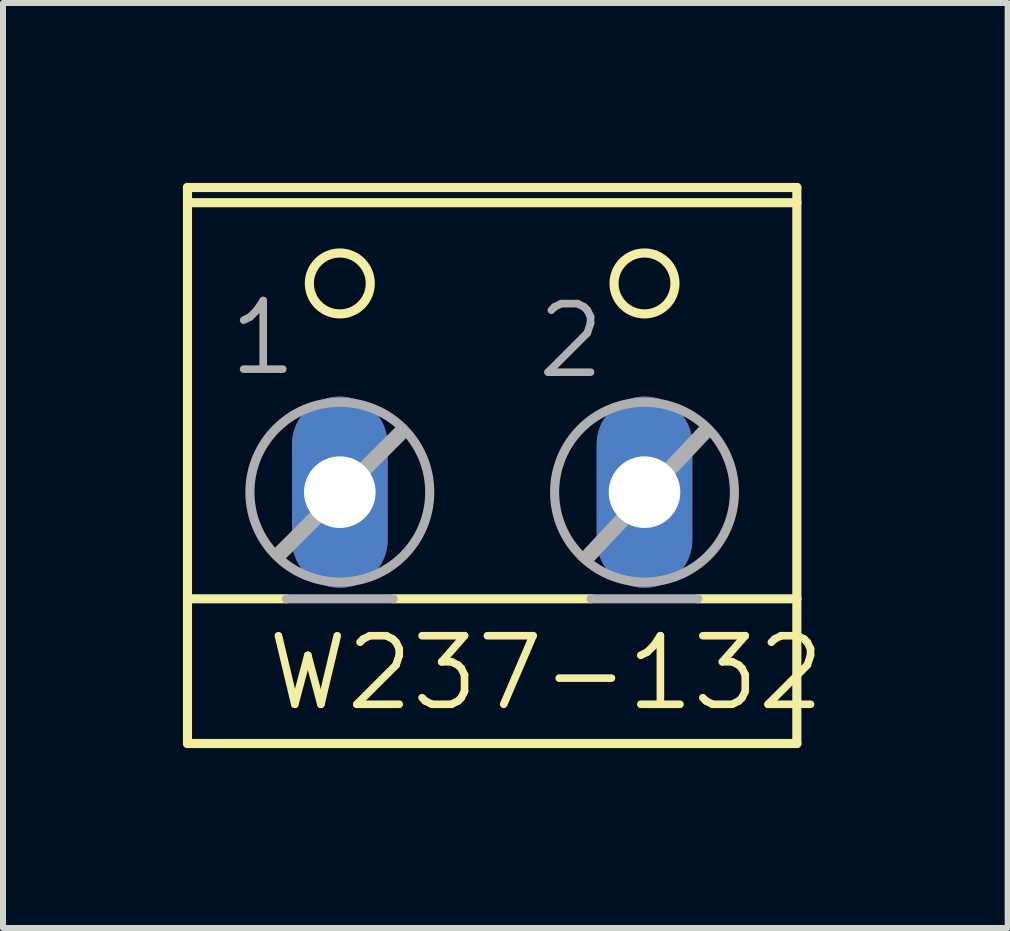
<source format=kicad_pcb>
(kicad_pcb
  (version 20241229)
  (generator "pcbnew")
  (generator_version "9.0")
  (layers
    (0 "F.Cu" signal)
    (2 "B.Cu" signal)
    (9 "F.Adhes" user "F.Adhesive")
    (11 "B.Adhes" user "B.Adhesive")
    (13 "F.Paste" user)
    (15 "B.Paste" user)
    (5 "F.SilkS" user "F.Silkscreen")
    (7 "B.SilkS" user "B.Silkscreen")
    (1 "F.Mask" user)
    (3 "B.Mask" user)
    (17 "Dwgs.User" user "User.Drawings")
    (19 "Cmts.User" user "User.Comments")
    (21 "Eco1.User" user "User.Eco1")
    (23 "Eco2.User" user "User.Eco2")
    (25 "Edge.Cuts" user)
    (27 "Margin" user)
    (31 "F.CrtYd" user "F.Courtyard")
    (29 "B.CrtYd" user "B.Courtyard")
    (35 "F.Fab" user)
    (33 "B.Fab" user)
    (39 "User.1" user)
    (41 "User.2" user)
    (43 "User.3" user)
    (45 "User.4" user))
  (footprint "W237-132"
    (layer "F.Cu")
    (at 5.156 4.521)
    (property "Reference" "W237-132" (at -3.81 4.318 0) (layer "F.SilkS") (effects (font (size 1.143 1.143) (thickness 0.127)) (justify left bottom)))
    (fp_line (start -5.08 -4.445) (end 5.08 -4.445) (stroke (width 0.152) (type solid)) (layer "F.SilkS"))
    (fp_line (start -5.08 -4.191) (end -5.08 -4.445) (stroke (width 0.152) (type solid)) (layer "F.SilkS"))
    (fp_line (start -5.08 -4.191) (end -5.08 2.413) (stroke (width 0.152) (type solid)) (layer "F.SilkS"))
    (fp_line (start -5.08 -4.191) (end 5.08 -4.191) (stroke (width 0.152) (type solid)) (layer "F.SilkS"))
    (fp_line (start -5.08 2.413) (end -5.08 4.826) (stroke (width 0.152) (type solid)) (layer "F.SilkS"))
    (fp_line (start -5.08 2.413) (end -3.429 2.413) (stroke (width 0.152) (type solid)) (layer "F.SilkS"))
    (fp_line (start -1.651 2.413) (end 1.651 2.413) (stroke (width 0.152) (type solid)) (layer "F.SilkS"))
    (fp_line (start 3.429 2.413) (end 5.08 2.413) (stroke (width 0.152) (type solid)) (layer "F.SilkS"))
    (fp_line (start 5.08 -4.191) (end 5.08 -4.445) (stroke (width 0.152) (type solid)) (layer "F.SilkS"))
    (fp_line (start 5.08 2.413) (end 5.08 -4.191) (stroke (width 0.152) (type solid)) (layer "F.SilkS"))
    (fp_line (start 5.08 4.826) (end -5.08 4.826) (stroke (width 0.152) (type solid)) (layer "F.SilkS"))
    (fp_line (start 5.08 4.826) (end 5.08 2.413) (stroke (width 0.152) (type solid)) (layer "F.SilkS"))
    (fp_circle (center -2.54 -2.845) (end -2.032 -2.845) (stroke (width 0.152) (type solid)) (fill no) (layer "F.SilkS"))
    (fp_circle (center 2.54 -2.845) (end 3.048 -2.845) (stroke (width 0.152) (type solid)) (fill no) (layer "F.SilkS"))
    (fp_line (start -3.531 1.651) (end -1.524 -0.356) (stroke (width 0.254) (type solid)) (layer "F.Fab"))
    (fp_line (start -3.429 2.413) (end -1.651 2.413) (stroke (width 0.152) (type solid)) (layer "F.Fab"))
    (fp_line (start 1.626 1.676) (end 3.531 -0.356) (stroke (width 0.254) (type solid)) (layer "F.Fab"))
    (fp_line (start 1.651 2.413) (end 3.429 2.413) (stroke (width 0.152) (type solid)) (layer "F.Fab"))
    (fp_circle (center -2.54 0.635) (end -1.041 0.635) (stroke (width 0.152) (type solid)) (fill no) (layer "F.Fab"))
    (fp_circle (center 2.54 0.635) (end 4.039 0.635) (stroke (width 0.152) (type solid)) (fill no) (layer "F.Fab"))
    (fp_text user "2" (at 0.686 -1.219 0) (layer "F.Fab") (effects (font (size 1.143 1.143) (thickness 0.127)) (justify left bottom)))
    (fp_text user "1" (at -4.445 -1.27 0) (layer "F.Fab") (effects (font (size 1.143 1.143) (thickness 0.127)) (justify left bottom)))
    (pad "1" thru_hole oval (at -2.54 0.635 90) (size 3.188 1.594) (drill 1.194) (layers "*.Cu" "*.Mask"))
    (pad "2" thru_hole oval (at 2.54 0.635 90) (size 3.188 1.594) (drill 1.194) (layers "*.Cu" "*.Mask")))
  (gr_rect
    (start -3 -3)
    (end 13.751 12.423)
    (stroke (width 0.1) (type default))
    (fill no)
    (layer "Edge.Cuts")))
</source>
